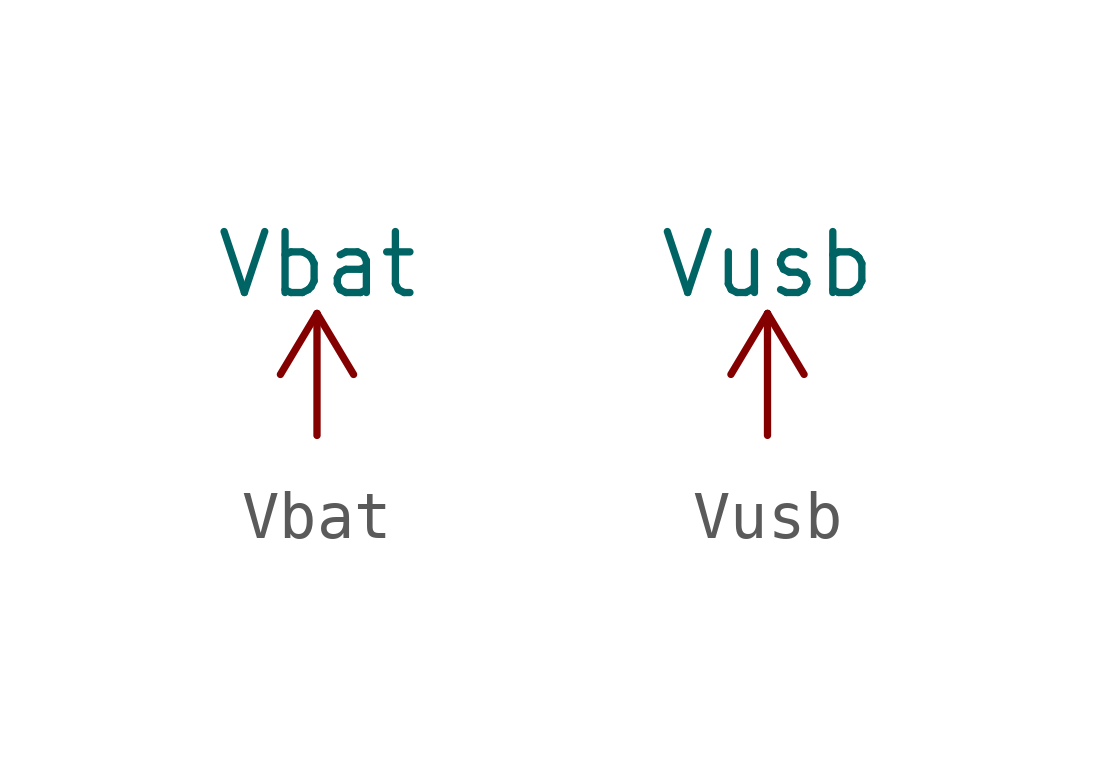
<source format=kicad_sym>
(kicad_symbol_lib
  (version 20211014)
  (generator kicad_symbol_editor)
  (symbol "Vbat"
    (power)
    (pin_names
      (offset 0))
    (property "Reference" "#PWR"
      (at 0 -3.81 0)
      (effects (font (size 1.27 1.27)) hide))
    (property "Value" "Vbat"
      (at 0 3.556 0)
      (effects (font (size 1.27 1.27))))
    (symbol "Vbat_0_1"
      (polyline (pts (xy -0.762 1.27) (xy 0 2.54)) (stroke (width 0) (type default) (color 0 0 0 0)) (fill (type none)))
      (polyline (pts (xy 0 0) (xy 0 2.54)) (stroke (width 0) (type default) (color 0 0 0 0)) (fill (type none)))
      (polyline (pts (xy 0 2.54) (xy 0.762 1.27)) (stroke (width 0) (type default) (color 0 0 0 0)) (fill (type none))))
    (symbol "Vbat_1_1"
      (pin power_in line (at 0 0 90) (length 0) hide (name "Vbat" (effects (font (size 1.27 1.27)))) (number "1" (effects (font (size 1.27 1.27)))))))
  (symbol "Vusb"
    (power)
    (pin_names
      (offset 0))
    (property "Reference" "#PWR"
      (at 0 -3.81 0)
      (effects (font (size 1.27 1.27)) hide))
    (property "Value" "Vusb"
      (at 0 3.556 0)
      (effects (font (size 1.27 1.27))))
    (symbol "Vusb_0_1"
      (polyline (pts (xy -0.762 1.27) (xy 0 2.54)) (stroke (width 0) (type default) (color 0 0 0 0)) (fill (type none)))
      (polyline (pts (xy 0 0) (xy 0 2.54)) (stroke (width 0) (type default) (color 0 0 0 0)) (fill (type none)))
      (polyline (pts (xy 0 2.54) (xy 0.762 1.27)) (stroke (width 0) (type default) (color 0 0 0 0)) (fill (type none))))
    (symbol "Vusb_1_1"
      (pin power_in line (at 0 0 90) (length 0) hide (name "Vusb" (effects (font (size 1.27 1.27)))) (number "1" (effects (font (size 1.27 1.27))))))))
</source>
